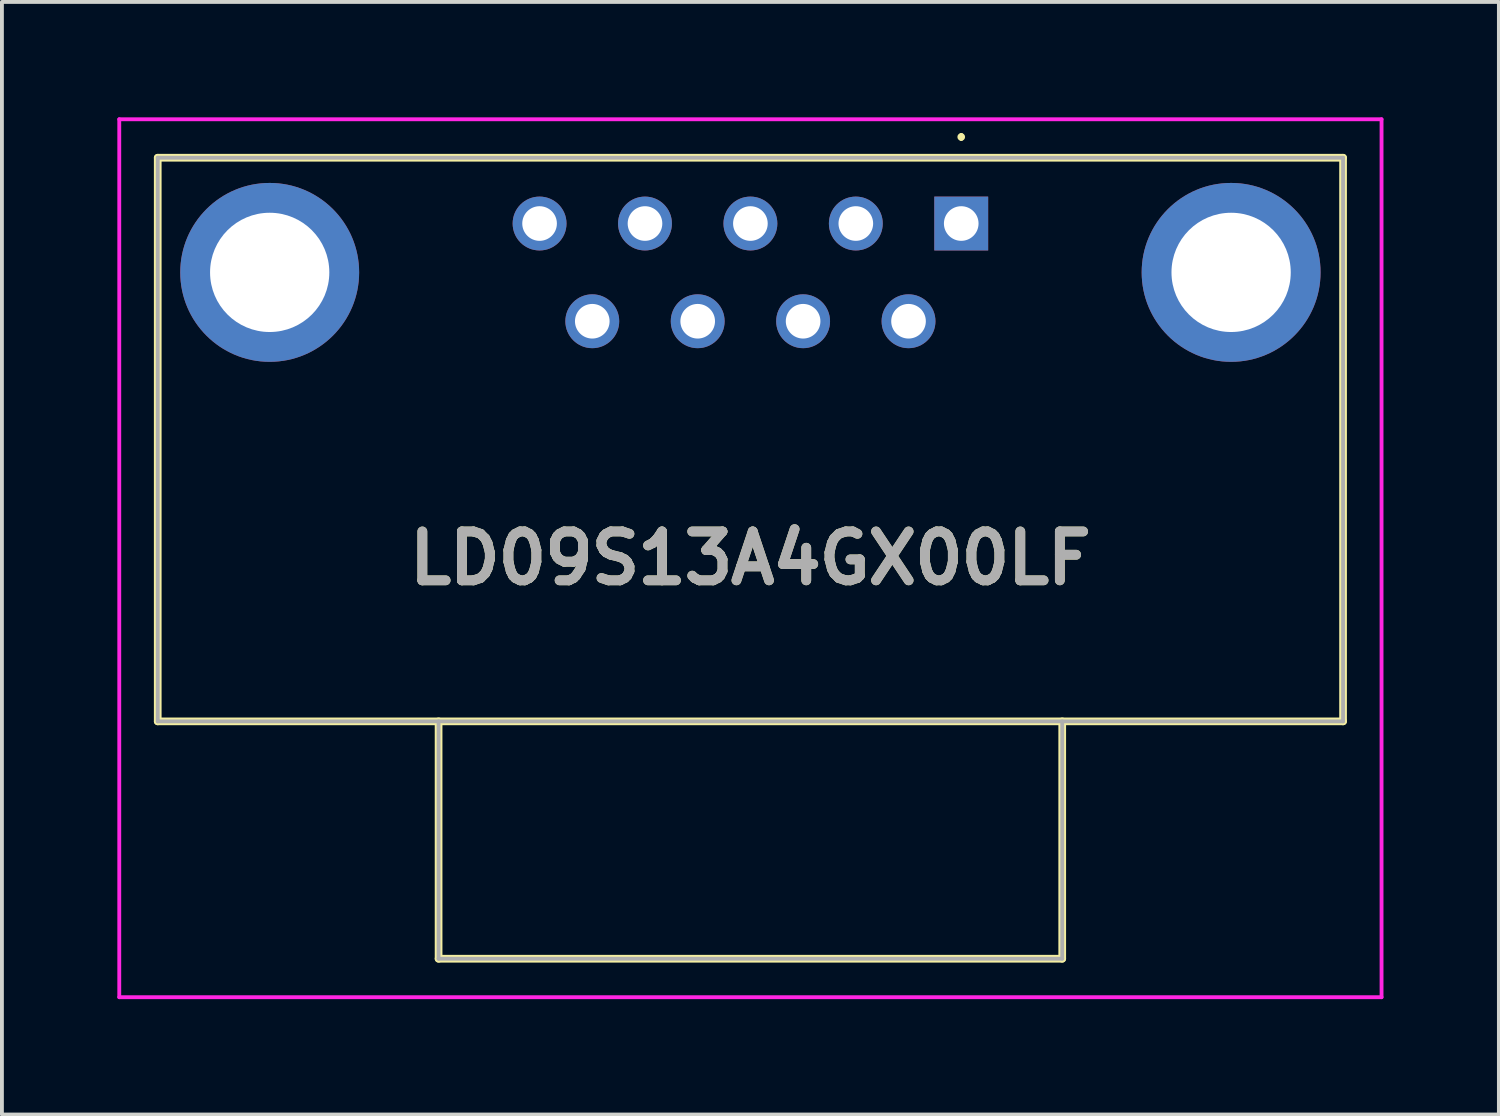
<source format=kicad_pcb>
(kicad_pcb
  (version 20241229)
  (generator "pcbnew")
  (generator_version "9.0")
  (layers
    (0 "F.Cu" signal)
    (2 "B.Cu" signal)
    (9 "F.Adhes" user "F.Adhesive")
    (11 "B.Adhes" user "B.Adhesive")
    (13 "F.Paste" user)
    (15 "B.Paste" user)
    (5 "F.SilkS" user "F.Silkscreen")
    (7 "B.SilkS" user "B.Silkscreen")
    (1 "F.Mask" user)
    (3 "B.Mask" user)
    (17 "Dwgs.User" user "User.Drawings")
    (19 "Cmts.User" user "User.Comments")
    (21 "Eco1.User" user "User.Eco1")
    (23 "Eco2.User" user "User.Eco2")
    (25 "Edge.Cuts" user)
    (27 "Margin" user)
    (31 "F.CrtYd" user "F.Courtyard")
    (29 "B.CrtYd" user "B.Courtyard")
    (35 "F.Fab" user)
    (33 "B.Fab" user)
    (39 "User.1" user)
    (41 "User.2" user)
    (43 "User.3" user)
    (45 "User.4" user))
  (footprint "LD09S13A4GX00LF"
    (layer "F.Cu")
    (at 21.935 2.76)
    (property "Reference" "LD09S13A4GX00LF" (at -5.48 8.7 0) (layer "F.SilkS") (effects (font (size 1.27 1.27) (thickness 0.254))))
    (attr through_hole)
    (fp_line (start -20.885 -1.71) (end 9.925 -1.71) (stroke (width 0.2) (type solid)) (layer "F.SilkS"))
    (fp_line (start -20.885 12.94) (end -20.885 -1.71) (stroke (width 0.2) (type solid)) (layer "F.SilkS"))
    (fp_line (start -13.585 12.94) (end -13.585 19.11) (stroke (width 0.2) (type solid)) (layer "F.SilkS"))
    (fp_line (start -13.585 19.11) (end 2.625 19.11) (stroke (width 0.2) (type solid)) (layer "F.SilkS"))
    (fp_line (start 0 -2.3) (end 0 -2.3) (stroke (width 0.1) (type solid)) (layer "F.SilkS"))
    (fp_line (start 0 -2.2) (end 0 -2.2) (stroke (width 0.1) (type solid)) (layer "F.SilkS"))
    (fp_line (start 2.625 19.11) (end 2.625 12.94) (stroke (width 0.2) (type solid)) (layer "F.SilkS"))
    (fp_line (start 9.925 -1.71) (end 9.925 12.94) (stroke (width 0.2) (type solid)) (layer "F.SilkS"))
    (fp_line (start 9.925 12.94) (end -20.885 12.94) (stroke (width 0.2) (type solid)) (layer "F.SilkS"))
    (fp_arc (start 0 -2.3) (mid 0.05 -2.25) (end 0 -2.2) (stroke (width 0.1) (type solid)) (layer "F.SilkS"))
    (fp_arc (start 0 -2.2) (mid -0.05 -2.25) (end 0 -2.3) (stroke (width 0.1) (type solid)) (layer "F.SilkS"))
    (fp_line (start -21.885 -2.71) (end 10.925 -2.71) (stroke (width 0.1) (type solid)) (layer "F.CrtYd"))
    (fp_line (start -21.885 20.11) (end -21.885 -2.71) (stroke (width 0.1) (type solid)) (layer "F.CrtYd"))
    (fp_line (start 10.925 -2.71) (end 10.925 20.11) (stroke (width 0.1) (type solid)) (layer "F.CrtYd"))
    (fp_line (start 10.925 20.11) (end -21.885 20.11) (stroke (width 0.1) (type solid)) (layer "F.CrtYd"))
    (fp_line (start -20.885 -1.71) (end 9.925 -1.71) (stroke (width 0.1) (type solid)) (layer "F.Fab"))
    (fp_line (start -20.885 12.94) (end -20.885 -1.71) (stroke (width 0.1) (type solid)) (layer "F.Fab"))
    (fp_line (start -13.585 12.94) (end -13.585 19.11) (stroke (width 0.1) (type solid)) (layer "F.Fab"))
    (fp_line (start -13.585 19.11) (end 2.625 19.11) (stroke (width 0.1) (type solid)) (layer "F.Fab"))
    (fp_line (start 2.625 19.11) (end 2.625 12.94) (stroke (width 0.1) (type solid)) (layer "F.Fab"))
    (fp_line (start 9.925 -1.71) (end 9.925 12.94) (stroke (width 0.1) (type solid)) (layer "F.Fab"))
    (fp_line (start 9.925 12.94) (end -20.885 12.94) (stroke (width 0.1) (type solid)) (layer "F.Fab"))
    (fp_text user "${REFERENCE}" (at -5.48 8.7 0) (layer "F.Fab") (effects (font (size 1.27 1.27) (thickness 0.254))))
    (pad "1" thru_hole rect (at 0 0) (size 1.4 1.4) (drill 0.9) (layers "*.Cu" "*.Mask"))
    (pad "2" thru_hole circle (at -2.74 0) (size 1.4 1.4) (drill 0.9) (layers "*.Cu" "*.Mask"))
    (pad "3" thru_hole circle (at -5.48 0) (size 1.4 1.4) (drill 0.9) (layers "*.Cu" "*.Mask"))
    (pad "4" thru_hole circle (at -8.22 0) (size 1.4 1.4) (drill 0.9) (layers "*.Cu" "*.Mask"))
    (pad "5" thru_hole circle (at -10.96 0) (size 1.4 1.4) (drill 0.9) (layers "*.Cu" "*.Mask"))
    (pad "6" thru_hole circle (at -1.37 2.54) (size 1.4 1.4) (drill 0.9) (layers "*.Cu" "*.Mask"))
    (pad "7" thru_hole circle (at -4.11 2.54) (size 1.4 1.4) (drill 0.9) (layers "*.Cu" "*.Mask"))
    (pad "8" thru_hole circle (at -6.85 2.54) (size 1.4 1.4) (drill 0.9) (layers "*.Cu" "*.Mask"))
    (pad "9" thru_hole circle (at -9.59 2.54) (size 1.4 1.4) (drill 0.9) (layers "*.Cu" "*.Mask"))
    (pad "10" thru_hole circle (at 7.015 1.27) (size 4.65 4.65) (drill 3.1) (layers "*.Cu" "*.Mask"))
    (pad "11" thru_hole circle (at -17.975 1.27) (size 4.65 4.65) (drill 3.1) (layers "*.Cu" "*.Mask")))
  (gr_rect
    (start -3 -3)
    (end 35.91 25.92)
    (stroke (width 0.1) (type default))
    (fill no)
    (layer "Edge.Cuts")))
</source>
